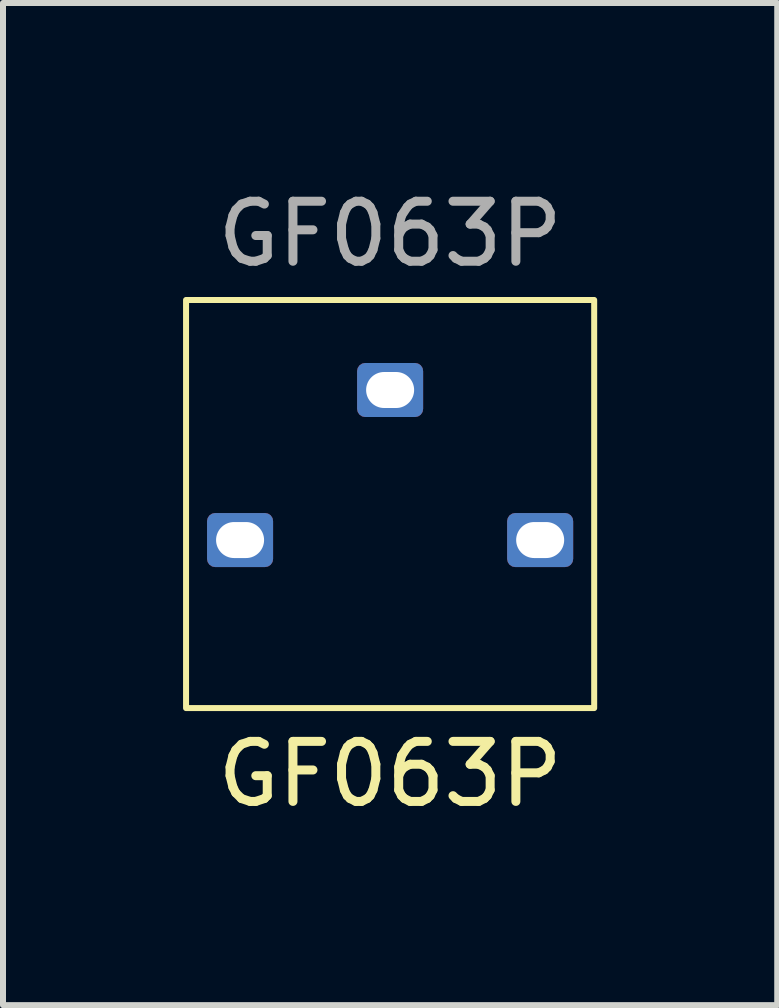
<source format=kicad_pcb>
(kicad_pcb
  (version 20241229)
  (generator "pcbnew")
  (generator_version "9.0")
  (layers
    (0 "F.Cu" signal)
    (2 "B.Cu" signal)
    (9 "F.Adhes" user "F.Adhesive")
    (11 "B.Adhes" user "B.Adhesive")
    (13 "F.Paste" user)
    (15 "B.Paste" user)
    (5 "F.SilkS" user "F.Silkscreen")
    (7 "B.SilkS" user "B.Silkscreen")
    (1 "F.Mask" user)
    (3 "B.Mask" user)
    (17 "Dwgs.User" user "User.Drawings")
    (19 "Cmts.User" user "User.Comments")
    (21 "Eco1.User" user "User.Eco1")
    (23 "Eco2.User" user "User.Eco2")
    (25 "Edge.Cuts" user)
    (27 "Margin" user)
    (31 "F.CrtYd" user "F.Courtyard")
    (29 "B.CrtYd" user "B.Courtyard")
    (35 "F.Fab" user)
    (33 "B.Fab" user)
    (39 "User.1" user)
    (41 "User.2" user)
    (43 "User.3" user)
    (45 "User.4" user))
  (footprint "GF063P"
    (layer "F.Cu")
    (at 3.45 5.948)
    (property "Reference" "GF063P" (at 0 3.9 0) (unlocked yes) (layer "F.SilkS") (effects (font (size 1 1) (thickness 0.15))))
    (attr smd)
    (fp_rect (start -3.4 -4) (end 3.4 2.8) (stroke (width 0.1) (type solid)) (fill no) (layer "F.SilkS"))
    (fp_text user "${REFERENCE}" (at 0 -5.1 0) (unlocked yes) (layer "F.Fab") (effects (font (size 1 1) (thickness 0.15))))
    (pad "1" thru_hole roundrect (at -2.5 0) (size 1.1 0.9) (drill oval 0.8 0.6) (layers "*.Cu" "*.Mask") (roundrect_rratio 0.15))
    (pad "2" thru_hole roundrect (at 0 -2.5) (size 1.1 0.9) (drill oval 0.8 0.6) (layers "*.Cu" "*.Mask") (roundrect_rratio 0.15))
    (pad "3" thru_hole roundrect (at 2.5 0) (size 1.1 0.9) (drill oval 0.8 0.6) (layers "*.Cu" "*.Mask") (roundrect_rratio 0.15)))
  (gr_rect
    (start -3 -3)
    (end 9.9 13.697)
    (stroke (width 0.1) (type default))
    (fill no)
    (layer "Edge.Cuts")))
</source>
